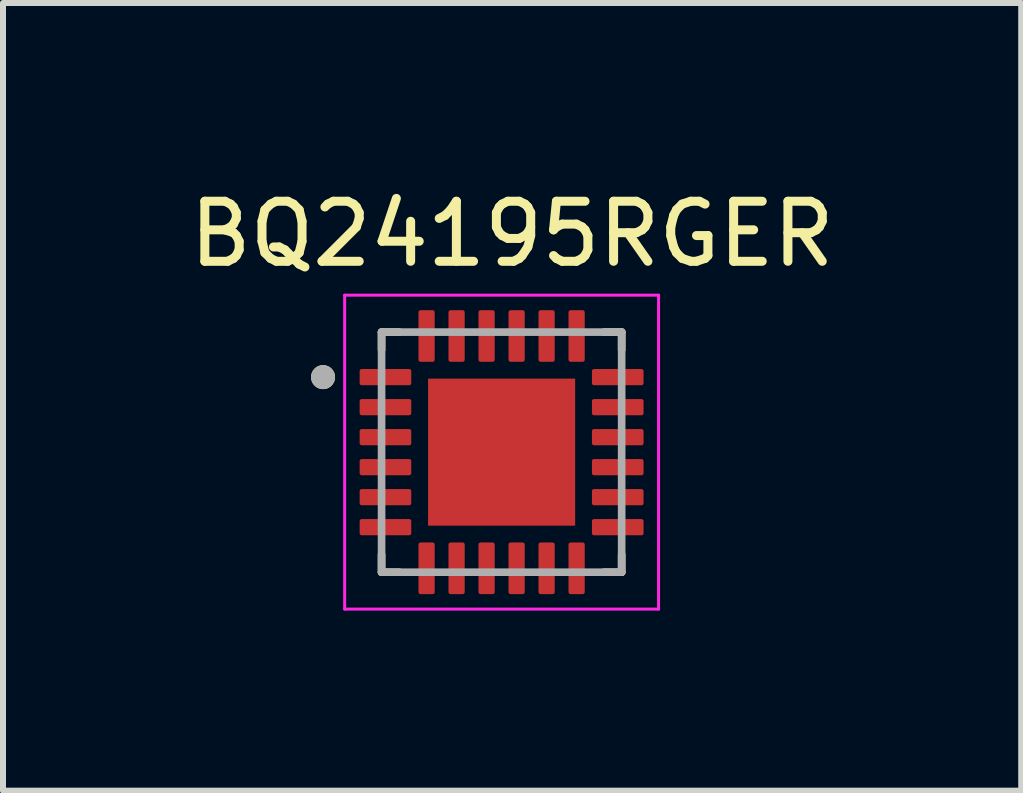
<source format=kicad_pcb>
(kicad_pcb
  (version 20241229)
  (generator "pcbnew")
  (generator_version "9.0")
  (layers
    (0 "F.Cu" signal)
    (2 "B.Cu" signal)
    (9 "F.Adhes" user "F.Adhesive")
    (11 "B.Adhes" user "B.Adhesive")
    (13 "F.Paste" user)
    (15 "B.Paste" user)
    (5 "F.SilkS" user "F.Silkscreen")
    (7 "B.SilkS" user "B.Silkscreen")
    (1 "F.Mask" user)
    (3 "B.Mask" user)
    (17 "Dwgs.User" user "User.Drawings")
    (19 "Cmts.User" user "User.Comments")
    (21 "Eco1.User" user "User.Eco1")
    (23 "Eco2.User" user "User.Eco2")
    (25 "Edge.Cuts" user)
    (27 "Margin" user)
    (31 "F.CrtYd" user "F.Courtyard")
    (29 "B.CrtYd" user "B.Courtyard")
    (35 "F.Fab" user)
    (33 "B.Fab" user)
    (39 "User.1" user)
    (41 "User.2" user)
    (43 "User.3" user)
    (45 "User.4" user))
  (footprint "BQ24195RGER"
    (layer "F.Cu")
    (at 5.307 4.483)
    (property "Reference" "BQ24195RGER" (at 0.175 -3.635 0) (layer "F.SilkS") (effects (font (size 1 1) (thickness 0.15))))
    (attr smd)
    (fp_line (start -2 -2) (end -2 -1.705) (stroke (width 0.127) (type solid)) (layer "F.SilkS"))
    (fp_line (start -2 -2) (end -1.705 -2) (stroke (width 0.127) (type solid)) (layer "F.SilkS"))
    (fp_line (start -2 2) (end -2 1.705) (stroke (width 0.127) (type solid)) (layer "F.SilkS"))
    (fp_line (start -2 2) (end -1.705 2) (stroke (width 0.127) (type solid)) (layer "F.SilkS"))
    (fp_line (start 2 -2) (end 1.705 -2) (stroke (width 0.127) (type solid)) (layer "F.SilkS"))
    (fp_line (start 2 -2) (end 2 -1.705) (stroke (width 0.127) (type solid)) (layer "F.SilkS"))
    (fp_line (start 2 2) (end 1.705 2) (stroke (width 0.127) (type solid)) (layer "F.SilkS"))
    (fp_line (start 2 2) (end 2 1.705) (stroke (width 0.127) (type solid)) (layer "F.SilkS"))
    (fp_circle (center -2.975 -1.25) (end -2.875 -1.25) (stroke (width 0.2) (type solid)) (fill no) (layer "F.SilkS"))
    (fp_poly (pts (xy -0.775 -0.775) (xy 0.775 -0.775) (xy 0.775 0.775) (xy -0.775 0.775)) (stroke (width 0.01) (type solid)) (fill yes) (layer "F.Paste"))
    (fp_line (start -2.615 -2.615) (end 2.615 -2.615) (stroke (width 0.05) (type solid)) (layer "F.CrtYd"))
    (fp_line (start -2.615 2.615) (end -2.615 -2.615) (stroke (width 0.05) (type solid)) (layer "F.CrtYd"))
    (fp_line (start -2.615 2.615) (end 2.615 2.615) (stroke (width 0.05) (type solid)) (layer "F.CrtYd"))
    (fp_line (start 2.615 2.615) (end 2.615 -2.615) (stroke (width 0.05) (type solid)) (layer "F.CrtYd"))
    (fp_line (start -2 2) (end -2 -2) (stroke (width 0.127) (type solid)) (layer "F.Fab"))
    (fp_line (start 2 -2) (end -2 -2) (stroke (width 0.127) (type solid)) (layer "F.Fab"))
    (fp_line (start 2 2) (end -2 2) (stroke (width 0.127) (type solid)) (layer "F.Fab"))
    (fp_line (start 2 2) (end 2 -2) (stroke (width 0.127) (type solid)) (layer "F.Fab"))
    (fp_circle (center -2.975 -1.25) (end -2.875 -1.25) (stroke (width 0.2) (type solid)) (fill no) (layer "F.Fab"))
    (pad "1" smd roundrect (at -1.935 -1.25) (size 0.86 0.27) (layers "F.Cu" "F.Mask" "F.Paste") (roundrect_rratio 0.125))
    (pad "2" smd roundrect (at -1.935 -0.75) (size 0.86 0.27) (layers "F.Cu" "F.Mask" "F.Paste") (roundrect_rratio 0.125))
    (pad "3" smd roundrect (at -1.935 -0.25) (size 0.86 0.27) (layers "F.Cu" "F.Mask" "F.Paste") (roundrect_rratio 0.125))
    (pad "4" smd roundrect (at -1.935 0.25) (size 0.86 0.27) (layers "F.Cu" "F.Mask" "F.Paste") (roundrect_rratio 0.125))
    (pad "5" smd roundrect (at -1.935 0.75) (size 0.86 0.27) (layers "F.Cu" "F.Mask" "F.Paste") (roundrect_rratio 0.125))
    (pad "6" smd roundrect (at -1.935 1.25) (size 0.86 0.27) (layers "F.Cu" "F.Mask" "F.Paste") (roundrect_rratio 0.125))
    (pad "7" smd roundrect (at -1.25 1.935) (size 0.27 0.86) (layers "F.Cu" "F.Mask" "F.Paste") (roundrect_rratio 0.125))
    (pad "8" smd roundrect (at -0.75 1.935) (size 0.27 0.86) (layers "F.Cu" "F.Mask" "F.Paste") (roundrect_rratio 0.125))
    (pad "9" smd roundrect (at -0.25 1.935) (size 0.27 0.86) (layers "F.Cu" "F.Mask" "F.Paste") (roundrect_rratio 0.125))
    (pad "10" smd roundrect (at 0.25 1.935) (size 0.27 0.86) (layers "F.Cu" "F.Mask" "F.Paste") (roundrect_rratio 0.125))
    (pad "11" smd roundrect (at 0.75 1.935) (size 0.27 0.86) (layers "F.Cu" "F.Mask" "F.Paste") (roundrect_rratio 0.125))
    (pad "12" smd roundrect (at 1.25 1.935) (size 0.27 0.86) (layers "F.Cu" "F.Mask" "F.Paste") (roundrect_rratio 0.125))
    (pad "13" smd roundrect (at 1.935 1.25) (size 0.86 0.27) (layers "F.Cu" "F.Mask" "F.Paste") (roundrect_rratio 0.125))
    (pad "14" smd roundrect (at 1.935 0.75) (size 0.86 0.27) (layers "F.Cu" "F.Mask" "F.Paste") (roundrect_rratio 0.125))
    (pad "15" smd roundrect (at 1.935 0.25) (size 0.86 0.27) (layers "F.Cu" "F.Mask" "F.Paste") (roundrect_rratio 0.125))
    (pad "16" smd roundrect (at 1.935 -0.25) (size 0.86 0.27) (layers "F.Cu" "F.Mask" "F.Paste") (roundrect_rratio 0.125))
    (pad "17" smd roundrect (at 1.935 -0.75) (size 0.86 0.27) (layers "F.Cu" "F.Mask" "F.Paste") (roundrect_rratio 0.125))
    (pad "18" smd roundrect (at 1.935 -1.25) (size 0.86 0.27) (layers "F.Cu" "F.Mask" "F.Paste") (roundrect_rratio 0.125))
    (pad "19" smd roundrect (at 1.25 -1.935) (size 0.27 0.86) (layers "F.Cu" "F.Mask" "F.Paste") (roundrect_rratio 0.125))
    (pad "20" smd roundrect (at 0.75 -1.935) (size 0.27 0.86) (layers "F.Cu" "F.Mask" "F.Paste") (roundrect_rratio 0.125))
    (pad "21" smd roundrect (at 0.25 -1.935) (size 0.27 0.86) (layers "F.Cu" "F.Mask" "F.Paste") (roundrect_rratio 0.125))
    (pad "22" smd roundrect (at -0.25 -1.935) (size 0.27 0.86) (layers "F.Cu" "F.Mask" "F.Paste") (roundrect_rratio 0.125))
    (pad "23" smd roundrect (at -0.75 -1.935) (size 0.27 0.86) (layers "F.Cu" "F.Mask" "F.Paste") (roundrect_rratio 0.125))
    (pad "24" smd roundrect (at -1.25 -1.935) (size 0.27 0.86) (layers "F.Cu" "F.Mask" "F.Paste") (roundrect_rratio 0.125))
    (pad "25" smd rect (at 0 0) (size 2.45 2.45) (layers "F.Cu" "F.Mask")))
  (gr_rect
    (start -3 -3)
    (end 13.964 10.123)
    (stroke (width 0.1) (type default))
    (fill no)
    (layer "Edge.Cuts")))
</source>
